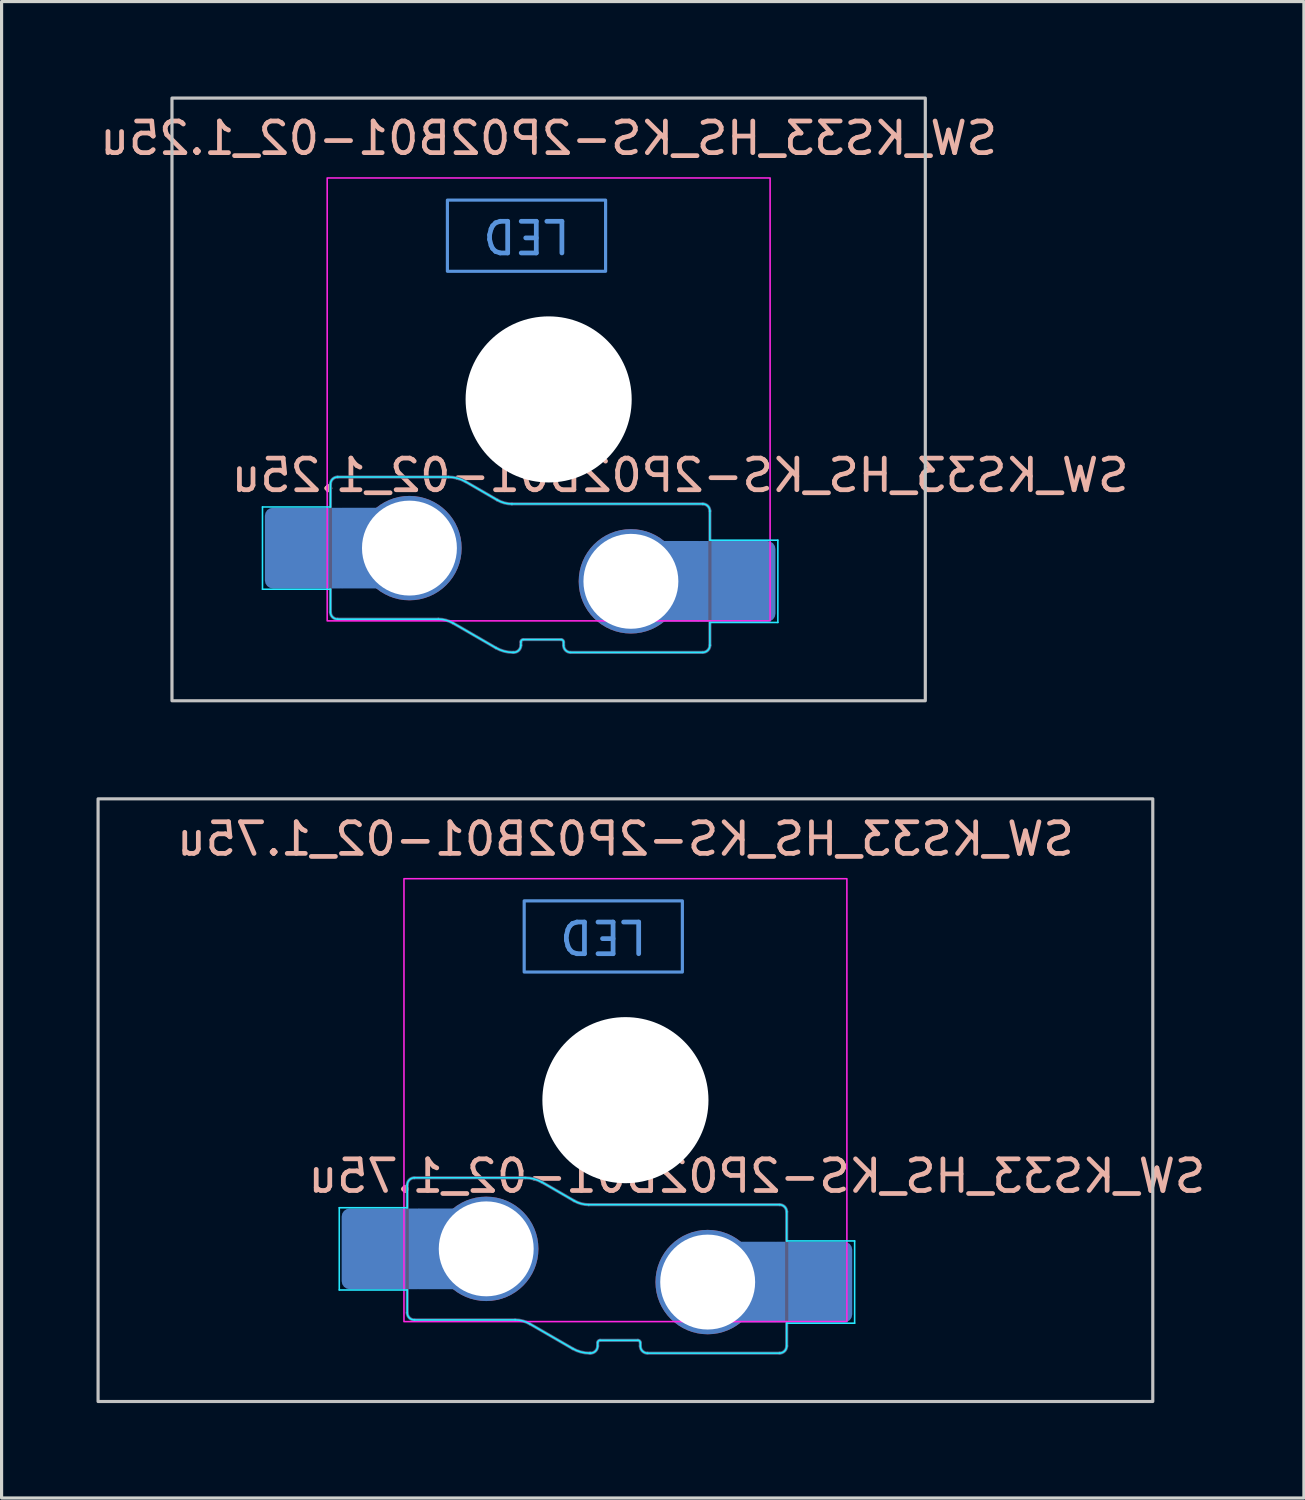
<source format=kicad_pcb>
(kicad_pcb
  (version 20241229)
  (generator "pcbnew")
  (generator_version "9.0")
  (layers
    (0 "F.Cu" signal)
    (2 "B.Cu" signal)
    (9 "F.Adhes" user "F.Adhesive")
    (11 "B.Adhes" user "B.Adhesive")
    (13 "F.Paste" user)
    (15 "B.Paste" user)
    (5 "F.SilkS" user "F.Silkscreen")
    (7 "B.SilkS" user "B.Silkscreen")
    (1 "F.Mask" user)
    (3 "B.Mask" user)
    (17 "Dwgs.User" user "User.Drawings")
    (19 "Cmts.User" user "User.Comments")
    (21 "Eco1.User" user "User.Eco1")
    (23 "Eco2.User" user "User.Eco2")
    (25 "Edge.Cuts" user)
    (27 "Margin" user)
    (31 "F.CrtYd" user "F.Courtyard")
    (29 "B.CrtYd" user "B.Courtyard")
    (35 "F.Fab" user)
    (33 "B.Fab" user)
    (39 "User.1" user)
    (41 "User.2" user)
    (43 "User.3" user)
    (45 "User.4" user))
  (footprint "SW_KS33_HS_KS-2P02B01-02_1.75u"
    (layer "F.Cu")
    (at 16.719 31.725)
    (property "Reference" "SW_KS33_HS_KS-2P02B01-02_1.75u" (at 4.155 2.4 180) (layer "B.SilkS") (effects (font (size 1 1) (thickness 0.15)) (justify mirror)))
    (attr smd)
    (fp_rect (start -16.669 -9.525) (end 16.669 9.525) (stroke (width 0.1) (type default)) (fill no) (layer "Dwgs.User"))
    (fp_rect (start -3.2 -4.05) (end 1.8 -6.3) (stroke (width 0.1) (type default)) (fill no) (layer "Cmts.User"))
    (fp_line (start -7 -6.5) (end -7 6.5) (stroke (width 0.1) (type default)) (layer "Eco2.User"))
    (fp_line (start -6.5 7) (end 6.5 7) (stroke (width 0.1) (type default)) (layer "Eco2.User"))
    (fp_line (start 6.5 -7) (end -6.5 -7) (stroke (width 0.1) (type default)) (layer "Eco2.User"))
    (fp_line (start 7 6.5) (end 7 -6.5) (stroke (width 0.1) (type default)) (layer "Eco2.User"))
    (fp_arc (start -7 -6.5) (mid -6.853553 -6.853553) (end -6.5 -7) (stroke (width 0.1) (type default)) (layer "Eco2.User"))
    (fp_arc (start -6.5 7) (mid -6.853553 6.853553) (end -7 6.5) (stroke (width 0.1) (type default)) (layer "Eco2.User"))
    (fp_arc (start 6.5 -7) (mid 6.853553 -6.853553) (end 7 -6.5) (stroke (width 0.1) (type default)) (layer "Eco2.User"))
    (fp_arc (start 7 6.5) (mid 6.853553 6.853553) (end 6.5 7) (stroke (width 0.1) (type default)) (layer "Eco2.User"))
    (fp_line (start -9.045 3.4) (end -9.045 6) (stroke (width 0.05) (type solid)) (layer "B.CrtYd"))
    (fp_line (start -9.045 6) (end -6.897 6) (stroke (width 0.05) (type solid)) (layer "B.CrtYd"))
    (fp_line (start -6.897 2.678) (end -6.897 3.4) (stroke (width 0.05) (type default)) (layer "B.CrtYd"))
    (fp_line (start -6.897 3.4) (end -9.045 3.4) (stroke (width 0.05) (type solid)) (layer "B.CrtYd"))
    (fp_line (start -6.897 6.722) (end -6.897 6) (stroke (width 0.05) (type default)) (layer "B.CrtYd"))
    (fp_line (start -6.672 6.947) (end -3.486 6.947) (stroke (width 0.05) (type solid)) (layer "B.CrtYd"))
    (fp_line (start -3.169 2.453) (end -6.672 2.453) (stroke (width 0.05) (type solid)) (layer "B.CrtYd"))
    (fp_line (start -3.023 7.07) (end -1.669 7.853) (stroke (width 0.05) (type solid)) (layer "B.CrtYd"))
    (fp_line (start -1.623 3.18) (end -2.631 2.597) (stroke (width 0.05) (type solid)) (layer "B.CrtYd"))
    (fp_line (start -1.131 7.997) (end -1.103 7.997) (stroke (width 0.05) (type solid)) (layer "B.CrtYd"))
    (fp_line (start -0.878 7.772) (end -0.878 7.666) (stroke (width 0.05) (type solid)) (layer "B.CrtYd"))
    (fp_line (start -0.803 7.591) (end 0.397 7.591) (stroke (width 0.05) (type solid)) (layer "B.CrtYd"))
    (fp_line (start 0.472 7.666) (end 0.472 7.772) (stroke (width 0.05) (type solid)) (layer "B.CrtYd"))
    (fp_line (start 0.697 7.997) (end 4.872 7.997) (stroke (width 0.05) (type solid)) (layer "B.CrtYd"))
    (fp_line (start 4.872 3.303) (end -1.161 3.303) (stroke (width 0.05) (type solid)) (layer "B.CrtYd"))
    (fp_line (start 5.097 4.45) (end 5.097 3.528) (stroke (width 0.05) (type default)) (layer "B.CrtYd"))
    (fp_line (start 5.097 7.05) (end 7.245 7.05) (stroke (width 0.05) (type solid)) (layer "B.CrtYd"))
    (fp_line (start 5.097 7.772) (end 5.097 7.05) (stroke (width 0.05) (type solid)) (layer "B.CrtYd"))
    (fp_line (start 7.245 4.45) (end 5.097 4.45) (stroke (width 0.05) (type solid)) (layer "B.CrtYd"))
    (fp_line (start 7.245 7.05) (end 7.245 4.45) (stroke (width 0.05) (type solid)) (layer "B.CrtYd"))
    (fp_arc (start -6.896509 2.678462) (mid -6.830601 2.51939) (end -6.671525 2.453491) (stroke (width 0.05) (type solid)) (layer "B.CrtYd"))
    (fp_arc (start -6.671538 6.946509) (mid -6.830605 6.880605) (end -6.896509 6.721538) (stroke (width 0.05) (type solid)) (layer "B.CrtYd"))
    (fp_arc (start -3.485647 6.946509) (mid -3.246259 6.978024) (end -3.023183 7.070426) (stroke (width 0.05) (type solid)) (layer "B.CrtYd"))
    (fp_arc (start -3.168841 2.453491) (mid -2.890655 2.490133) (end -2.63142 2.597493) (stroke (width 0.05) (type solid)) (layer "B.CrtYd"))
    (fp_arc (start -1.160763 3.303491) (mid -1.400151 3.271972) (end -1.623227 3.179574) (stroke (width 0.05) (type solid)) (layer "B.CrtYd"))
    (fp_arc (start -1.131159 7.996509) (mid -1.409348 7.959882) (end -1.66858 7.852507) (stroke (width 0.05) (type solid)) (layer "B.CrtYd"))
    (fp_arc (start -0.878483 7.666366) (mid -0.856509 7.613326) (end -0.803483 7.591366) (stroke (width 0.05) (type solid)) (layer "B.CrtYd"))
    (fp_arc (start -0.878483 7.771509) (mid -0.944384 7.930608) (end -1.103483 7.996509) (stroke (width 0.05) (type solid)) (layer "B.CrtYd"))
    (fp_arc (start 0.396517 7.591366) (mid 0.44955 7.613333) (end 0.471517 7.666366) (stroke (width 0.05) (type solid)) (layer "B.CrtYd"))
    (fp_arc (start 0.696525 7.997359) (mid 0.537421 7.931461) (end 0.471517 7.772359) (stroke (width 0.05) (type solid)) (layer "B.CrtYd"))
    (fp_arc (start 4.871538 3.303491) (mid 5.030608 3.369392) (end 5.096509 3.528462) (stroke (width 0.05) (type solid)) (layer "B.CrtYd"))
    (fp_arc (start 5.096509 7.771538) (mid 5.030611 7.930605) (end 4.871547 7.996509) (stroke (width 0.05) (type solid)) (layer "B.CrtYd"))
    (fp_rect (start -7 7) (end 7 -7) (stroke (width 0.05) (type default)) (fill no) (layer "F.CrtYd"))
    (fp_line (start -6.897 2.678) (end -6.897 6.722) (stroke (width 0.1) (type solid)) (layer "B.Fab"))
    (fp_line (start -6.672 6.947) (end -3.486 6.947) (stroke (width 0.1) (type solid)) (layer "B.Fab"))
    (fp_line (start -3.169 2.453) (end -6.672 2.453) (stroke (width 0.1) (type solid)) (layer "B.Fab"))
    (fp_line (start -3.023 7.07) (end -1.669 7.853) (stroke (width 0.1) (type solid)) (layer "B.Fab"))
    (fp_line (start -1.623 3.18) (end -2.631 2.597) (stroke (width 0.1) (type solid)) (layer "B.Fab"))
    (fp_line (start -1.131 7.997) (end -1.103 7.997) (stroke (width 0.1) (type solid)) (layer "B.Fab"))
    (fp_line (start -0.878 7.772) (end -0.878 7.666) (stroke (width 0.1) (type solid)) (layer "B.Fab"))
    (fp_line (start -0.803 7.591) (end 0.397 7.591) (stroke (width 0.1) (type solid)) (layer "B.Fab"))
    (fp_line (start 0.472 7.666) (end 0.472 7.772) (stroke (width 0.1) (type solid)) (layer "B.Fab"))
    (fp_line (start 0.697 7.997) (end 4.872 7.997) (stroke (width 0.1) (type solid)) (layer "B.Fab"))
    (fp_line (start 4.872 3.303) (end -1.161 3.303) (stroke (width 0.1) (type solid)) (layer "B.Fab"))
    (fp_line (start 5.097 7.772) (end 5.097 3.528) (stroke (width 0.1) (type solid)) (layer "B.Fab"))
    (fp_arc (start -6.896509 2.678462) (mid -6.830601 2.51939) (end -6.671525 2.453491) (stroke (width 0.1) (type solid)) (layer "B.Fab"))
    (fp_arc (start -6.671538 6.946509) (mid -6.830605 6.880605) (end -6.896509 6.721538) (stroke (width 0.1) (type solid)) (layer "B.Fab"))
    (fp_arc (start -3.485647 6.946509) (mid -3.246259 6.978024) (end -3.023183 7.070426) (stroke (width 0.1) (type solid)) (layer "B.Fab"))
    (fp_arc (start -3.168841 2.453491) (mid -2.890655 2.490133) (end -2.63142 2.597493) (stroke (width 0.1) (type solid)) (layer "B.Fab"))
    (fp_arc (start -1.160763 3.303491) (mid -1.400151 3.271972) (end -1.623227 3.179574) (stroke (width 0.1) (type solid)) (layer "B.Fab"))
    (fp_arc (start -1.131159 7.996509) (mid -1.409348 7.959882) (end -1.66858 7.852507) (stroke (width 0.1) (type solid)) (layer "B.Fab"))
    (fp_arc (start -0.878483 7.666366) (mid -0.856509 7.613326) (end -0.803483 7.591366) (stroke (width 0.1) (type solid)) (layer "B.Fab"))
    (fp_arc (start -0.878483 7.771509) (mid -0.944384 7.930608) (end -1.103483 7.996509) (stroke (width 0.1) (type solid)) (layer "B.Fab"))
    (fp_arc (start 0.396517 7.591366) (mid 0.44955 7.613333) (end 0.471517 7.666366) (stroke (width 0.1) (type solid)) (layer "B.Fab"))
    (fp_arc (start 0.696525 7.997359) (mid 0.537421 7.931461) (end 0.471517 7.772359) (stroke (width 0.1) (type solid)) (layer "B.Fab"))
    (fp_arc (start 4.871538 3.303491) (mid 5.030608 3.369392) (end 5.096509 3.528462) (stroke (width 0.1) (type solid)) (layer "B.Fab"))
    (fp_arc (start 5.096509 7.771538) (mid 5.030611 7.930605) (end 4.871547 7.996509) (stroke (width 0.1) (type solid)) (layer "B.Fab"))
    (fp_text user "${REFERENCE}" (at 0 -8.255 180) (layer "B.SilkS") (effects (font (size 1 1) (thickness 0.15)) (justify mirror)))
    (fp_text user "LED" (at -0.7 -5.175 180) (unlocked yes) (layer "Cmts.User") (effects (font (size 1 1) (thickness 0.15))))
    (pad "" np_thru_hole circle (at 0 0 180) (size 5.25 5.25) (drill 5.25) (layers "*.Cu" "*.Mask"))
    (pad "1" smd roundrect (at -7.645 4.7) (size 2.65 2.55) (layers "B.Cu" "B.Mask" "B.Paste") (roundrect_rratio 0.1))
    (pad "1" smd rect (at -5.95 4.7) (size 1.2 2.55) (layers "B.Cu"))
    (pad "1" thru_hole circle (at -4.4 4.7) (size 3.3 3.3) (drill 3) (layers "*.Cu" "B.Mask"))
    (pad "2" thru_hole circle (at 2.6 5.75) (size 3.3 3.3) (drill 3) (layers "*.Cu" "B.Mask"))
    (pad "2" smd rect (at 4.15 5.75 180) (size 1.2 2.55) (layers "B.Cu"))
    (pad "2" smd roundrect (at 5.845 5.75) (size 2.65 2.55) (layers "B.Cu" "B.Mask" "B.Paste") (roundrect_rratio 0.1)))
  (footprint "SW_KS33_HS_KS-2P02B01-02_1.25u"
    (layer "F.Cu")
    (at 14.292 9.575)
    (property "Reference" "SW_KS33_HS_KS-2P02B01-02_1.25u" (at 4.155 2.4 180) (layer "B.SilkS") (effects (font (size 1 1) (thickness 0.15)) (justify mirror)))
    (attr smd)
    (fp_rect (start -11.906 -9.525) (end 11.906 9.525) (stroke (width 0.1) (type default)) (fill no) (layer "Dwgs.User"))
    (fp_rect (start -3.2 -4.05) (end 1.8 -6.3) (stroke (width 0.1) (type default)) (fill no) (layer "Cmts.User"))
    (fp_line (start -7 -6.5) (end -7 6.5) (stroke (width 0.1) (type default)) (layer "Eco2.User"))
    (fp_line (start -6.5 7) (end 6.5 7) (stroke (width 0.1) (type default)) (layer "Eco2.User"))
    (fp_line (start 6.5 -7) (end -6.5 -7) (stroke (width 0.1) (type default)) (layer "Eco2.User"))
    (fp_line (start 7 6.5) (end 7 -6.5) (stroke (width 0.1) (type default)) (layer "Eco2.User"))
    (fp_arc (start -7 -6.5) (mid -6.853553 -6.853553) (end -6.5 -7) (stroke (width 0.1) (type default)) (layer "Eco2.User"))
    (fp_arc (start -6.5 7) (mid -6.853553 6.853553) (end -7 6.5) (stroke (width 0.1) (type default)) (layer "Eco2.User"))
    (fp_arc (start 6.5 -7) (mid 6.853553 -6.853553) (end 7 -6.5) (stroke (width 0.1) (type default)) (layer "Eco2.User"))
    (fp_arc (start 7 6.5) (mid 6.853553 6.853553) (end 6.5 7) (stroke (width 0.1) (type default)) (layer "Eco2.User"))
    (fp_line (start -9.045 3.4) (end -9.045 6) (stroke (width 0.05) (type solid)) (layer "B.CrtYd"))
    (fp_line (start -9.045 6) (end -6.897 6) (stroke (width 0.05) (type solid)) (layer "B.CrtYd"))
    (fp_line (start -6.897 2.678) (end -6.897 3.4) (stroke (width 0.05) (type default)) (layer "B.CrtYd"))
    (fp_line (start -6.897 3.4) (end -9.045 3.4) (stroke (width 0.05) (type solid)) (layer "B.CrtYd"))
    (fp_line (start -6.897 6.722) (end -6.897 6) (stroke (width 0.05) (type default)) (layer "B.CrtYd"))
    (fp_line (start -6.672 6.947) (end -3.486 6.947) (stroke (width 0.05) (type solid)) (layer "B.CrtYd"))
    (fp_line (start -3.169 2.453) (end -6.672 2.453) (stroke (width 0.05) (type solid)) (layer "B.CrtYd"))
    (fp_line (start -3.023 7.07) (end -1.669 7.853) (stroke (width 0.05) (type solid)) (layer "B.CrtYd"))
    (fp_line (start -1.623 3.18) (end -2.631 2.597) (stroke (width 0.05) (type solid)) (layer "B.CrtYd"))
    (fp_line (start -1.131 7.997) (end -1.103 7.997) (stroke (width 0.05) (type solid)) (layer "B.CrtYd"))
    (fp_line (start -0.878 7.772) (end -0.878 7.666) (stroke (width 0.05) (type solid)) (layer "B.CrtYd"))
    (fp_line (start -0.803 7.591) (end 0.397 7.591) (stroke (width 0.05) (type solid)) (layer "B.CrtYd"))
    (fp_line (start 0.472 7.666) (end 0.472 7.772) (stroke (width 0.05) (type solid)) (layer "B.CrtYd"))
    (fp_line (start 0.697 7.997) (end 4.872 7.997) (stroke (width 0.05) (type solid)) (layer "B.CrtYd"))
    (fp_line (start 4.872 3.303) (end -1.161 3.303) (stroke (width 0.05) (type solid)) (layer "B.CrtYd"))
    (fp_line (start 5.097 4.45) (end 5.097 3.528) (stroke (width 0.05) (type default)) (layer "B.CrtYd"))
    (fp_line (start 5.097 7.05) (end 7.245 7.05) (stroke (width 0.05) (type solid)) (layer "B.CrtYd"))
    (fp_line (start 5.097 7.772) (end 5.097 7.05) (stroke (width 0.05) (type solid)) (layer "B.CrtYd"))
    (fp_line (start 7.245 4.45) (end 5.097 4.45) (stroke (width 0.05) (type solid)) (layer "B.CrtYd"))
    (fp_line (start 7.245 7.05) (end 7.245 4.45) (stroke (width 0.05) (type solid)) (layer "B.CrtYd"))
    (fp_arc (start -6.896509 2.678462) (mid -6.830601 2.51939) (end -6.671525 2.453491) (stroke (width 0.05) (type solid)) (layer "B.CrtYd"))
    (fp_arc (start -6.671538 6.946509) (mid -6.830605 6.880605) (end -6.896509 6.721538) (stroke (width 0.05) (type solid)) (layer "B.CrtYd"))
    (fp_arc (start -3.485647 6.946509) (mid -3.246259 6.978024) (end -3.023183 7.070426) (stroke (width 0.05) (type solid)) (layer "B.CrtYd"))
    (fp_arc (start -3.168841 2.453491) (mid -2.890655 2.490133) (end -2.63142 2.597493) (stroke (width 0.05) (type solid)) (layer "B.CrtYd"))
    (fp_arc (start -1.160763 3.303491) (mid -1.400151 3.271972) (end -1.623227 3.179574) (stroke (width 0.05) (type solid)) (layer "B.CrtYd"))
    (fp_arc (start -1.131159 7.996509) (mid -1.409348 7.959882) (end -1.66858 7.852507) (stroke (width 0.05) (type solid)) (layer "B.CrtYd"))
    (fp_arc (start -0.878483 7.666366) (mid -0.856509 7.613326) (end -0.803483 7.591366) (stroke (width 0.05) (type solid)) (layer "B.CrtYd"))
    (fp_arc (start -0.878483 7.771509) (mid -0.944384 7.930608) (end -1.103483 7.996509) (stroke (width 0.05) (type solid)) (layer "B.CrtYd"))
    (fp_arc (start 0.396517 7.591366) (mid 0.44955 7.613333) (end 0.471517 7.666366) (stroke (width 0.05) (type solid)) (layer "B.CrtYd"))
    (fp_arc (start 0.696525 7.997359) (mid 0.537421 7.931461) (end 0.471517 7.772359) (stroke (width 0.05) (type solid)) (layer "B.CrtYd"))
    (fp_arc (start 4.871538 3.303491) (mid 5.030608 3.369392) (end 5.096509 3.528462) (stroke (width 0.05) (type solid)) (layer "B.CrtYd"))
    (fp_arc (start 5.096509 7.771538) (mid 5.030611 7.930605) (end 4.871547 7.996509) (stroke (width 0.05) (type solid)) (layer "B.CrtYd"))
    (fp_rect (start -7 7) (end 7 -7) (stroke (width 0.05) (type default)) (fill no) (layer "F.CrtYd"))
    (fp_line (start -6.897 2.678) (end -6.897 6.722) (stroke (width 0.1) (type solid)) (layer "B.Fab"))
    (fp_line (start -6.672 6.947) (end -3.486 6.947) (stroke (width 0.1) (type solid)) (layer "B.Fab"))
    (fp_line (start -3.169 2.453) (end -6.672 2.453) (stroke (width 0.1) (type solid)) (layer "B.Fab"))
    (fp_line (start -3.023 7.07) (end -1.669 7.853) (stroke (width 0.1) (type solid)) (layer "B.Fab"))
    (fp_line (start -1.623 3.18) (end -2.631 2.597) (stroke (width 0.1) (type solid)) (layer "B.Fab"))
    (fp_line (start -1.131 7.997) (end -1.103 7.997) (stroke (width 0.1) (type solid)) (layer "B.Fab"))
    (fp_line (start -0.878 7.772) (end -0.878 7.666) (stroke (width 0.1) (type solid)) (layer "B.Fab"))
    (fp_line (start -0.803 7.591) (end 0.397 7.591) (stroke (width 0.1) (type solid)) (layer "B.Fab"))
    (fp_line (start 0.472 7.666) (end 0.472 7.772) (stroke (width 0.1) (type solid)) (layer "B.Fab"))
    (fp_line (start 0.697 7.997) (end 4.872 7.997) (stroke (width 0.1) (type solid)) (layer "B.Fab"))
    (fp_line (start 4.872 3.303) (end -1.161 3.303) (stroke (width 0.1) (type solid)) (layer "B.Fab"))
    (fp_line (start 5.097 7.772) (end 5.097 3.528) (stroke (width 0.1) (type solid)) (layer "B.Fab"))
    (fp_arc (start -6.896509 2.678462) (mid -6.830601 2.51939) (end -6.671525 2.453491) (stroke (width 0.1) (type solid)) (layer "B.Fab"))
    (fp_arc (start -6.671538 6.946509) (mid -6.830605 6.880605) (end -6.896509 6.721538) (stroke (width 0.1) (type solid)) (layer "B.Fab"))
    (fp_arc (start -3.485647 6.946509) (mid -3.246259 6.978024) (end -3.023183 7.070426) (stroke (width 0.1) (type solid)) (layer "B.Fab"))
    (fp_arc (start -3.168841 2.453491) (mid -2.890655 2.490133) (end -2.63142 2.597493) (stroke (width 0.1) (type solid)) (layer "B.Fab"))
    (fp_arc (start -1.160763 3.303491) (mid -1.400151 3.271972) (end -1.623227 3.179574) (stroke (width 0.1) (type solid)) (layer "B.Fab"))
    (fp_arc (start -1.131159 7.996509) (mid -1.409348 7.959882) (end -1.66858 7.852507) (stroke (width 0.1) (type solid)) (layer "B.Fab"))
    (fp_arc (start -0.878483 7.666366) (mid -0.856509 7.613326) (end -0.803483 7.591366) (stroke (width 0.1) (type solid)) (layer "B.Fab"))
    (fp_arc (start -0.878483 7.771509) (mid -0.944384 7.930608) (end -1.103483 7.996509) (stroke (width 0.1) (type solid)) (layer "B.Fab"))
    (fp_arc (start 0.396517 7.591366) (mid 0.44955 7.613333) (end 0.471517 7.666366) (stroke (width 0.1) (type solid)) (layer "B.Fab"))
    (fp_arc (start 0.696525 7.997359) (mid 0.537421 7.931461) (end 0.471517 7.772359) (stroke (width 0.1) (type solid)) (layer "B.Fab"))
    (fp_arc (start 4.871538 3.303491) (mid 5.030608 3.369392) (end 5.096509 3.528462) (stroke (width 0.1) (type solid)) (layer "B.Fab"))
    (fp_arc (start 5.096509 7.771538) (mid 5.030611 7.930605) (end 4.871547 7.996509) (stroke (width 0.1) (type solid)) (layer "B.Fab"))
    (fp_text user "${REFERENCE}" (at 0 -8.255 180) (layer "B.SilkS") (effects (font (size 1 1) (thickness 0.15)) (justify mirror)))
    (fp_text user "LED" (at -0.7 -5.175 180) (unlocked yes) (layer "Cmts.User") (effects (font (size 1 1) (thickness 0.15))))
    (pad "" np_thru_hole circle (at 0 0 180) (size 5.25 5.25) (drill 5.25) (layers "*.Cu" "*.Mask"))
    (pad "1" smd roundrect (at -7.645 4.7) (size 2.65 2.55) (layers "B.Cu" "B.Mask" "B.Paste") (roundrect_rratio 0.1))
    (pad "1" smd rect (at -5.95 4.7) (size 1.2 2.55) (layers "B.Cu"))
    (pad "1" thru_hole circle (at -4.4 4.7) (size 3.3 3.3) (drill 3) (layers "*.Cu" "B.Mask"))
    (pad "2" thru_hole circle (at 2.6 5.75) (size 3.3 3.3) (drill 3) (layers "*.Cu" "B.Mask"))
    (pad "2" smd rect (at 4.15 5.75 180) (size 1.2 2.55) (layers "B.Cu"))
    (pad "2" smd roundrect (at 5.845 5.75) (size 2.65 2.55) (layers "B.Cu" "B.Mask" "B.Paste") (roundrect_rratio 0.1)))
  (gr_rect
    (start -3 -3)
    (end 38.165 44.3)
    (stroke (width 0.1) (type default))
    (fill no)
    (layer "Edge.Cuts")))
</source>
